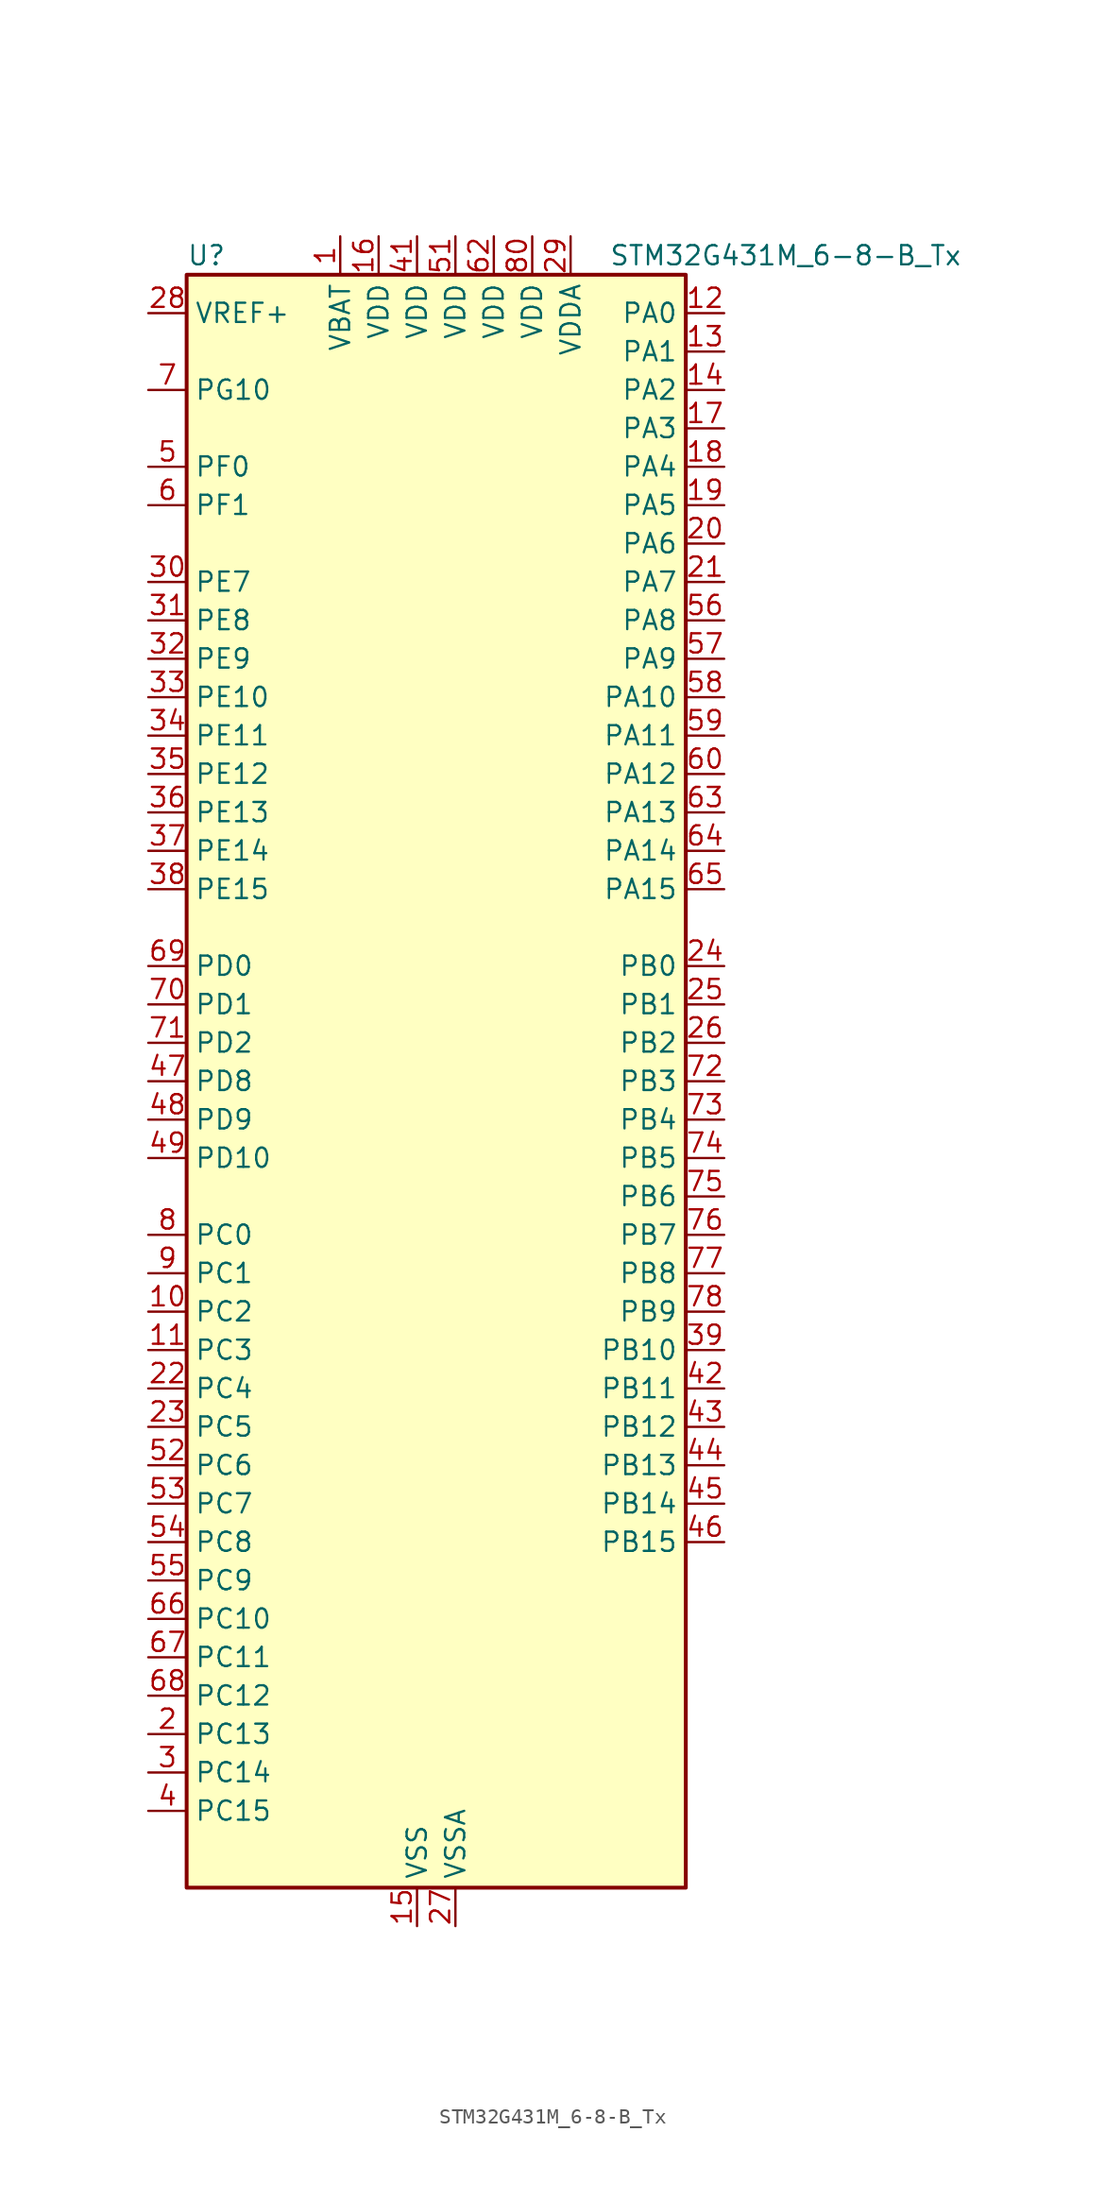
<source format=kicad_sym>
(kicad_symbol_lib
  (version 20231120)
  (generator "kicad_symbol_editor")
  (generator_version "8.0")
  (symbol "STM32G431M_6-8-B_Tx"
    (property "Reference" "U"
      (at -15.24 54.61 0)
      (effects (font (size 1.27 1.27)) (justify left)))
    (property "Value" "STM32G431M_6-8-B_Tx"
      (at 12.7 54.61 0)
      (effects (font (size 1.27 1.27)) (justify left)))
    (property "ki_locked" ""
      (at 0 0 0)
      (effects (font (size 1.27 1.27))))
    (symbol "STM32G431M_6-8-B_Tx_0_1"
      (rectangle (start -15.24 -53.34) (end 17.78 53.34) (stroke (width 0.254) (type default)) (fill (type background))))
    (symbol "STM32G431M_6-8-B_Tx_1_1"
      (pin power_in line (at -5.08 55.88 270) (length 2.54) (name "VBAT" (effects (font (size 1.27 1.27)))) (number "1" (effects (font (size 1.27 1.27)))))
      (pin bidirectional line (at -17.78 -15.24 0) (length 2.54) (name "PC2" (effects (font (size 1.27 1.27)))) (number "10" (effects (font (size 1.27 1.27)))) (alternate "ADC1_IN8" bidirectional line) (alternate "ADC2_IN8" bidirectional line) (alternate "COMP3_OUT" bidirectional line) (alternate "LPTIM1_IN2" bidirectional line) (alternate "TIM1_CH3" bidirectional line))
      (pin bidirectional line (at -17.78 -17.78 0) (length 2.54) (name "PC3" (effects (font (size 1.27 1.27)))) (number "11" (effects (font (size 1.27 1.27)))) (alternate "ADC1_IN9" bidirectional line) (alternate "ADC2_IN9" bidirectional line) (alternate "LPTIM1_ETR" bidirectional line) (alternate "SAI1_D1" bidirectional line) (alternate "SAI1_SD_A" bidirectional line) (alternate "TIM1_BKIN2" bidirectional line) (alternate "TIM1_CH4" bidirectional line))
      (pin bidirectional line (at 20.32 50.8 180) (length 2.54) (name "PA0" (effects (font (size 1.27 1.27)))) (number "12" (effects (font (size 1.27 1.27)))) (alternate "ADC1_IN1" bidirectional line) (alternate "ADC2_IN1" bidirectional line) (alternate "COMP1_INM" bidirectional line) (alternate "COMP1_OUT" bidirectional line) (alternate "COMP3_INP" bidirectional line) (alternate "RTC_TAMP2" bidirectional line) (alternate "SYS_WKUP1" bidirectional line) (alternate "TIM2_CH1" bidirectional line) (alternate "TIM2_ETR" bidirectional line) (alternate "TIM8_BKIN" bidirectional line) (alternate "TIM8_ETR" bidirectional line) (alternate "USART2_CTS" bidirectional line) (alternate "USART2_NSS" bidirectional line))
      (pin bidirectional line (at 20.32 48.26 180) (length 2.54) (name "PA1" (effects (font (size 1.27 1.27)))) (number "13" (effects (font (size 1.27 1.27)))) (alternate "ADC1_IN2" bidirectional line) (alternate "ADC2_IN2" bidirectional line) (alternate "COMP1_INP" bidirectional line) (alternate "OPAMP1_VINP" bidirectional line) (alternate "OPAMP1_VINP_SEC" bidirectional line) (alternate "OPAMP3_VINP" bidirectional line) (alternate "OPAMP3_VINP_SEC" bidirectional line) (alternate "RTC_REFIN" bidirectional line) (alternate "TIM15_CH1N" bidirectional line) (alternate "TIM2_CH2" bidirectional line) (alternate "USART2_DE" bidirectional line) (alternate "USART2_RTS" bidirectional line))
      (pin bidirectional line (at 20.32 45.72 180) (length 2.54) (name "PA2" (effects (font (size 1.27 1.27)))) (number "14" (effects (font (size 1.27 1.27)))) (alternate "ADC1_IN3" bidirectional line) (alternate "COMP2_INM" bidirectional line) (alternate "COMP2_OUT" bidirectional line) (alternate "LPUART1_TX" bidirectional line) (alternate "OPAMP1_VOUT" bidirectional line) (alternate "RCC_LSCO" bidirectional line) (alternate "SYS_WKUP4" bidirectional line) (alternate "TIM15_CH1" bidirectional line) (alternate "TIM2_CH3" bidirectional line) (alternate "UCPD1_FRSTX1" bidirectional line) (alternate "UCPD1_FRSTX2" bidirectional line) (alternate "USART2_TX" bidirectional line))
      (pin power_in line (at 0 -55.88 90) (length 2.54) (name "VSS" (effects (font (size 1.27 1.27)))) (number "15" (effects (font (size 1.27 1.27)))))
      (pin power_in line (at -2.54 55.88 270) (length 2.54) (name "VDD" (effects (font (size 1.27 1.27)))) (number "16" (effects (font (size 1.27 1.27)))))
      (pin bidirectional line (at 20.32 43.18 180) (length 2.54) (name "PA3" (effects (font (size 1.27 1.27)))) (number "17" (effects (font (size 1.27 1.27)))) (alternate "ADC1_IN4" bidirectional line) (alternate "COMP2_INP" bidirectional line) (alternate "LPUART1_RX" bidirectional line) (alternate "OPAMP1_VINM" bidirectional line) (alternate "OPAMP1_VINM0" bidirectional line) (alternate "OPAMP1_VINM_SEC" bidirectional line) (alternate "OPAMP1_VINP" bidirectional line) (alternate "OPAMP1_VINP_SEC" bidirectional line) (alternate "SAI1_CK1" bidirectional line) (alternate "SAI1_MCLK_A" bidirectional line) (alternate "TIM15_CH2" bidirectional line) (alternate "TIM2_CH4" bidirectional line) (alternate "USART2_RX" bidirectional line))
      (pin bidirectional line (at 20.32 40.64 180) (length 2.54) (name "PA4" (effects (font (size 1.27 1.27)))) (number "18" (effects (font (size 1.27 1.27)))) (alternate "ADC2_IN17" bidirectional line) (alternate "COMP1_INM" bidirectional line) (alternate "DAC1_OUT1" bidirectional line) (alternate "I2S3_WS" bidirectional line) (alternate "SAI1_FS_B" bidirectional line) (alternate "SPI1_NSS" bidirectional line) (alternate "SPI3_NSS" bidirectional line) (alternate "TIM3_CH2" bidirectional line) (alternate "USART2_CK" bidirectional line))
      (pin bidirectional line (at 20.32 38.1 180) (length 2.54) (name "PA5" (effects (font (size 1.27 1.27)))) (number "19" (effects (font (size 1.27 1.27)))) (alternate "ADC2_IN13" bidirectional line) (alternate "COMP2_INM" bidirectional line) (alternate "DAC1_OUT2" bidirectional line) (alternate "OPAMP2_VINM" bidirectional line) (alternate "OPAMP2_VINM0" bidirectional line) (alternate "OPAMP2_VINM_SEC" bidirectional line) (alternate "SPI1_SCK" bidirectional line) (alternate "TIM2_CH1" bidirectional line) (alternate "TIM2_ETR" bidirectional line) (alternate "UCPD1_FRSTX1" bidirectional line) (alternate "UCPD1_FRSTX2" bidirectional line))
      (pin bidirectional line (at -17.78 -43.18 0) (length 2.54) (name "PC13" (effects (font (size 1.27 1.27)))) (number "2" (effects (font (size 1.27 1.27)))) (alternate "RTC_OUT1" bidirectional line) (alternate "RTC_TAMP1" bidirectional line) (alternate "RTC_TS" bidirectional line) (alternate "SYS_WKUP2" bidirectional line) (alternate "TIM1_BKIN" bidirectional line) (alternate "TIM1_CH1N" bidirectional line) (alternate "TIM8_CH4N" bidirectional line))
      (pin bidirectional line (at 20.32 35.56 180) (length 2.54) (name "PA6" (effects (font (size 1.27 1.27)))) (number "20" (effects (font (size 1.27 1.27)))) (alternate "ADC2_IN3" bidirectional line) (alternate "COMP1_OUT" bidirectional line) (alternate "LPUART1_CTS" bidirectional line) (alternate "OPAMP2_VOUT" bidirectional line) (alternate "SPI1_MISO" bidirectional line) (alternate "TIM16_CH1" bidirectional line) (alternate "TIM1_BKIN" bidirectional line) (alternate "TIM3_CH1" bidirectional line) (alternate "TIM8_BKIN" bidirectional line))
      (pin bidirectional line (at 20.32 33.02 180) (length 2.54) (name "PA7" (effects (font (size 1.27 1.27)))) (number "21" (effects (font (size 1.27 1.27)))) (alternate "ADC2_IN4" bidirectional line) (alternate "COMP2_INP" bidirectional line) (alternate "COMP2_OUT" bidirectional line) (alternate "OPAMP1_VINP" bidirectional line) (alternate "OPAMP1_VINP_SEC" bidirectional line) (alternate "OPAMP2_VINP" bidirectional line) (alternate "OPAMP2_VINP_SEC" bidirectional line) (alternate "SPI1_MOSI" bidirectional line) (alternate "TIM17_CH1" bidirectional line) (alternate "TIM1_CH1N" bidirectional line) (alternate "TIM3_CH2" bidirectional line) (alternate "TIM8_CH1N" bidirectional line) (alternate "UCPD1_FRSTX1" bidirectional line) (alternate "UCPD1_FRSTX2" bidirectional line))
      (pin bidirectional line (at -17.78 -20.32 0) (length 2.54) (name "PC4" (effects (font (size 1.27 1.27)))) (number "22" (effects (font (size 1.27 1.27)))) (alternate "ADC2_IN5" bidirectional line) (alternate "I2C2_SCL" bidirectional line) (alternate "TIM1_ETR" bidirectional line) (alternate "USART1_TX" bidirectional line))
      (pin bidirectional line (at -17.78 -22.86 0) (length 2.54) (name "PC5" (effects (font (size 1.27 1.27)))) (number "23" (effects (font (size 1.27 1.27)))) (alternate "ADC2_IN11" bidirectional line) (alternate "OPAMP1_VINM" bidirectional line) (alternate "OPAMP1_VINM1" bidirectional line) (alternate "OPAMP1_VINM_SEC" bidirectional line) (alternate "OPAMP2_VINM" bidirectional line) (alternate "OPAMP2_VINM1" bidirectional line) (alternate "OPAMP2_VINM_SEC" bidirectional line) (alternate "SAI1_D3" bidirectional line) (alternate "SYS_WKUP5" bidirectional line) (alternate "TIM15_BKIN" bidirectional line) (alternate "TIM1_CH4N" bidirectional line) (alternate "USART1_RX" bidirectional line))
      (pin bidirectional line (at 20.32 7.62 180) (length 2.54) (name "PB0" (effects (font (size 1.27 1.27)))) (number "24" (effects (font (size 1.27 1.27)))) (alternate "ADC1_IN15" bidirectional line) (alternate "COMP4_INP" bidirectional line) (alternate "OPAMP2_VINP" bidirectional line) (alternate "OPAMP2_VINP_SEC" bidirectional line) (alternate "OPAMP3_VINP" bidirectional line) (alternate "OPAMP3_VINP_SEC" bidirectional line) (alternate "TIM1_CH2N" bidirectional line) (alternate "TIM3_CH3" bidirectional line) (alternate "TIM8_CH2N" bidirectional line) (alternate "UCPD1_FRSTX1" bidirectional line) (alternate "UCPD1_FRSTX2" bidirectional line))
      (pin bidirectional line (at 20.32 5.08 180) (length 2.54) (name "PB1" (effects (font (size 1.27 1.27)))) (number "25" (effects (font (size 1.27 1.27)))) (alternate "ADC1_IN12" bidirectional line) (alternate "COMP1_INP" bidirectional line) (alternate "COMP4_OUT" bidirectional line) (alternate "LPUART1_DE" bidirectional line) (alternate "LPUART1_RTS" bidirectional line) (alternate "OPAMP3_VOUT" bidirectional line) (alternate "TIM1_CH3N" bidirectional line) (alternate "TIM3_CH4" bidirectional line) (alternate "TIM8_CH3N" bidirectional line))
      (pin bidirectional line (at 20.32 2.54 180) (length 2.54) (name "PB2" (effects (font (size 1.27 1.27)))) (number "26" (effects (font (size 1.27 1.27)))) (alternate "ADC2_IN12" bidirectional line) (alternate "COMP4_INM" bidirectional line) (alternate "I2C3_SMBA" bidirectional line) (alternate "LPTIM1_OUT" bidirectional line) (alternate "OPAMP3_VINM" bidirectional line) (alternate "OPAMP3_VINM0" bidirectional line) (alternate "OPAMP3_VINM_SEC" bidirectional line) (alternate "RTC_OUT2" bidirectional line))
      (pin power_in line (at 2.54 -55.88 90) (length 2.54) (name "VSSA" (effects (font (size 1.27 1.27)))) (number "27" (effects (font (size 1.27 1.27)))))
      (pin input line (at -17.78 50.8 0) (length 2.54) (name "VREF+" (effects (font (size 1.27 1.27)))) (number "28" (effects (font (size 1.27 1.27)))) (alternate "VREFBUF_OUT" bidirectional line))
      (pin power_in line (at 10.16 55.88 270) (length 2.54) (name "VDDA" (effects (font (size 1.27 1.27)))) (number "29" (effects (font (size 1.27 1.27)))))
      (pin bidirectional line (at -17.78 -45.72 0) (length 2.54) (name "PC14" (effects (font (size 1.27 1.27)))) (number "3" (effects (font (size 1.27 1.27)))) (alternate "RCC_OSC32_IN" bidirectional line))
      (pin bidirectional line (at -17.78 33.02 0) (length 2.54) (name "PE7" (effects (font (size 1.27 1.27)))) (number "30" (effects (font (size 1.27 1.27)))) (alternate "COMP4_INP" bidirectional line) (alternate "SAI1_SD_B" bidirectional line) (alternate "TIM1_ETR" bidirectional line))
      (pin bidirectional line (at -17.78 30.48 0) (length 2.54) (name "PE8" (effects (font (size 1.27 1.27)))) (number "31" (effects (font (size 1.27 1.27)))) (alternate "COMP4_INM" bidirectional line) (alternate "SAI1_SCK_B" bidirectional line) (alternate "TIM1_CH1N" bidirectional line))
      (pin bidirectional line (at -17.78 27.94 0) (length 2.54) (name "PE9" (effects (font (size 1.27 1.27)))) (number "32" (effects (font (size 1.27 1.27)))) (alternate "DAC1_EXTI9" bidirectional line) (alternate "DAC3_EXTI9" bidirectional line) (alternate "SAI1_FS_B" bidirectional line) (alternate "TIM1_CH1" bidirectional line))
      (pin bidirectional line (at -17.78 25.4 0) (length 2.54) (name "PE10" (effects (font (size 1.27 1.27)))) (number "33" (effects (font (size 1.27 1.27)))) (alternate "DAC1_EXTI10" bidirectional line) (alternate "DAC3_EXTI10" bidirectional line) (alternate "SAI1_MCLK_B" bidirectional line) (alternate "TIM1_CH2N" bidirectional line))
      (pin bidirectional line (at -17.78 22.86 0) (length 2.54) (name "PE11" (effects (font (size 1.27 1.27)))) (number "34" (effects (font (size 1.27 1.27)))) (alternate "ADC1_EXTI11" bidirectional line) (alternate "ADC2_EXTI11" bidirectional line) (alternate "TIM1_CH2" bidirectional line))
      (pin bidirectional line (at -17.78 20.32 0) (length 2.54) (name "PE12" (effects (font (size 1.27 1.27)))) (number "35" (effects (font (size 1.27 1.27)))) (alternate "TIM1_CH3N" bidirectional line))
      (pin bidirectional line (at -17.78 17.78 0) (length 2.54) (name "PE13" (effects (font (size 1.27 1.27)))) (number "36" (effects (font (size 1.27 1.27)))) (alternate "TIM1_CH3" bidirectional line))
      (pin bidirectional line (at -17.78 15.24 0) (length 2.54) (name "PE14" (effects (font (size 1.27 1.27)))) (number "37" (effects (font (size 1.27 1.27)))) (alternate "TIM1_BKIN2" bidirectional line) (alternate "TIM1_CH4" bidirectional line))
      (pin bidirectional line (at -17.78 12.7 0) (length 2.54) (name "PE15" (effects (font (size 1.27 1.27)))) (number "38" (effects (font (size 1.27 1.27)))) (alternate "ADC1_EXTI15" bidirectional line) (alternate "ADC2_EXTI15" bidirectional line) (alternate "TIM1_BKIN" bidirectional line) (alternate "TIM1_CH4N" bidirectional line) (alternate "USART3_RX" bidirectional line))
      (pin bidirectional line (at 20.32 -17.78 180) (length 2.54) (name "PB10" (effects (font (size 1.27 1.27)))) (number "39" (effects (font (size 1.27 1.27)))) (alternate "DAC1_EXTI10" bidirectional line) (alternate "DAC3_EXTI10" bidirectional line) (alternate "LPUART1_RX" bidirectional line) (alternate "OPAMP3_VINM" bidirectional line) (alternate "OPAMP3_VINM1" bidirectional line) (alternate "OPAMP3_VINM_SEC" bidirectional line) (alternate "SAI1_SCK_A" bidirectional line) (alternate "TIM1_BKIN" bidirectional line) (alternate "TIM2_CH3" bidirectional line) (alternate "USART3_TX" bidirectional line))
      (pin bidirectional line (at -17.78 -48.26 0) (length 2.54) (name "PC15" (effects (font (size 1.27 1.27)))) (number "4" (effects (font (size 1.27 1.27)))) (alternate "ADC1_EXTI15" bidirectional line) (alternate "ADC2_EXTI15" bidirectional line) (alternate "RCC_OSC32_OUT" bidirectional line))
      (pin passive line (at 0 -55.88 90) (length 2.54) hide (name "VSS" (effects (font (size 1.27 1.27)))) (number "40" (effects (font (size 1.27 1.27)))))
      (pin power_in line (at 0 55.88 270) (length 2.54) (name "VDD" (effects (font (size 1.27 1.27)))) (number "41" (effects (font (size 1.27 1.27)))))
      (pin bidirectional line (at 20.32 -20.32 180) (length 2.54) (name "PB11" (effects (font (size 1.27 1.27)))) (number "42" (effects (font (size 1.27 1.27)))) (alternate "ADC1_EXTI11" bidirectional line) (alternate "ADC1_IN14" bidirectional line) (alternate "ADC2_EXTI11" bidirectional line) (alternate "ADC2_IN14" bidirectional line) (alternate "LPUART1_TX" bidirectional line) (alternate "TIM2_CH4" bidirectional line) (alternate "USART3_RX" bidirectional line))
      (pin bidirectional line (at 20.32 -22.86 180) (length 2.54) (name "PB12" (effects (font (size 1.27 1.27)))) (number "43" (effects (font (size 1.27 1.27)))) (alternate "ADC1_IN11" bidirectional line) (alternate "I2C2_SMBA" bidirectional line) (alternate "I2S2_WS" bidirectional line) (alternate "LPUART1_DE" bidirectional line) (alternate "LPUART1_RTS" bidirectional line) (alternate "SPI2_NSS" bidirectional line) (alternate "TIM1_BKIN" bidirectional line) (alternate "USART3_CK" bidirectional line))
      (pin bidirectional line (at 20.32 -25.4 180) (length 2.54) (name "PB13" (effects (font (size 1.27 1.27)))) (number "44" (effects (font (size 1.27 1.27)))) (alternate "I2S2_CK" bidirectional line) (alternate "LPUART1_CTS" bidirectional line) (alternate "OPAMP3_VINP" bidirectional line) (alternate "OPAMP3_VINP_SEC" bidirectional line) (alternate "SPI2_SCK" bidirectional line) (alternate "TIM1_CH1N" bidirectional line) (alternate "USART3_CTS" bidirectional line) (alternate "USART3_NSS" bidirectional line))
      (pin bidirectional line (at 20.32 -27.94 180) (length 2.54) (name "PB14" (effects (font (size 1.27 1.27)))) (number "45" (effects (font (size 1.27 1.27)))) (alternate "ADC1_IN5" bidirectional line) (alternate "COMP4_OUT" bidirectional line) (alternate "OPAMP2_VINP" bidirectional line) (alternate "OPAMP2_VINP_SEC" bidirectional line) (alternate "SPI2_MISO" bidirectional line) (alternate "TIM15_CH1" bidirectional line) (alternate "TIM1_CH2N" bidirectional line) (alternate "USART3_DE" bidirectional line) (alternate "USART3_RTS" bidirectional line))
      (pin bidirectional line (at 20.32 -30.48 180) (length 2.54) (name "PB15" (effects (font (size 1.27 1.27)))) (number "46" (effects (font (size 1.27 1.27)))) (alternate "ADC1_EXTI15" bidirectional line) (alternate "ADC2_EXTI15" bidirectional line) (alternate "ADC2_IN15" bidirectional line) (alternate "COMP3_OUT" bidirectional line) (alternate "I2S2_SD" bidirectional line) (alternate "RTC_REFIN" bidirectional line) (alternate "SPI2_MOSI" bidirectional line) (alternate "TIM15_CH1N" bidirectional line) (alternate "TIM15_CH2" bidirectional line) (alternate "TIM1_CH3N" bidirectional line))
      (pin bidirectional line (at -17.78 0 0) (length 2.54) (name "PD8" (effects (font (size 1.27 1.27)))) (number "47" (effects (font (size 1.27 1.27)))) (alternate "USART3_TX" bidirectional line))
      (pin bidirectional line (at -17.78 -2.54 0) (length 2.54) (name "PD9" (effects (font (size 1.27 1.27)))) (number "48" (effects (font (size 1.27 1.27)))) (alternate "DAC1_EXTI9" bidirectional line) (alternate "DAC3_EXTI9" bidirectional line) (alternate "USART3_RX" bidirectional line))
      (pin bidirectional line (at -17.78 -5.08 0) (length 2.54) (name "PD10" (effects (font (size 1.27 1.27)))) (number "49" (effects (font (size 1.27 1.27)))) (alternate "DAC1_EXTI10" bidirectional line) (alternate "DAC3_EXTI10" bidirectional line) (alternate "USART3_CK" bidirectional line))
      (pin bidirectional line (at -17.78 40.64 0) (length 2.54) (name "PF0" (effects (font (size 1.27 1.27)))) (number "5" (effects (font (size 1.27 1.27)))) (alternate "ADC1_IN10" bidirectional line) (alternate "I2C2_SDA" bidirectional line) (alternate "I2S2_WS" bidirectional line) (alternate "RCC_OSC_IN" bidirectional line) (alternate "SPI2_NSS" bidirectional line) (alternate "TIM1_CH3N" bidirectional line))
      (pin passive line (at 0 -55.88 90) (length 2.54) hide (name "VSS" (effects (font (size 1.27 1.27)))) (number "50" (effects (font (size 1.27 1.27)))))
      (pin power_in line (at 2.54 55.88 270) (length 2.54) (name "VDD" (effects (font (size 1.27 1.27)))) (number "51" (effects (font (size 1.27 1.27)))))
      (pin bidirectional line (at -17.78 -25.4 0) (length 2.54) (name "PC6" (effects (font (size 1.27 1.27)))) (number "52" (effects (font (size 1.27 1.27)))) (alternate "I2S2_MCK" bidirectional line) (alternate "TIM3_CH1" bidirectional line) (alternate "TIM8_CH1" bidirectional line))
      (pin bidirectional line (at -17.78 -27.94 0) (length 2.54) (name "PC7" (effects (font (size 1.27 1.27)))) (number "53" (effects (font (size 1.27 1.27)))) (alternate "I2S3_MCK" bidirectional line) (alternate "TIM3_CH2" bidirectional line) (alternate "TIM8_CH2" bidirectional line))
      (pin bidirectional line (at -17.78 -30.48 0) (length 2.54) (name "PC8" (effects (font (size 1.27 1.27)))) (number "54" (effects (font (size 1.27 1.27)))) (alternate "I2C3_SCL" bidirectional line) (alternate "TIM3_CH3" bidirectional line) (alternate "TIM8_CH3" bidirectional line))
      (pin bidirectional line (at -17.78 -33.02 0) (length 2.54) (name "PC9" (effects (font (size 1.27 1.27)))) (number "55" (effects (font (size 1.27 1.27)))) (alternate "DAC1_EXTI9" bidirectional line) (alternate "DAC3_EXTI9" bidirectional line) (alternate "I2C3_SDA" bidirectional line) (alternate "I2S_CKIN" bidirectional line) (alternate "TIM3_CH4" bidirectional line) (alternate "TIM8_BKIN2" bidirectional line) (alternate "TIM8_CH4" bidirectional line))
      (pin bidirectional line (at 20.32 30.48 180) (length 2.54) (name "PA8" (effects (font (size 1.27 1.27)))) (number "56" (effects (font (size 1.27 1.27)))) (alternate "I2C2_SDA" bidirectional line) (alternate "I2C3_SCL" bidirectional line) (alternate "I2S2_MCK" bidirectional line) (alternate "RCC_MCO" bidirectional line) (alternate "SAI1_CK2" bidirectional line) (alternate "SAI1_SCK_A" bidirectional line) (alternate "TIM1_CH1" bidirectional line) (alternate "TIM4_ETR" bidirectional line) (alternate "USART1_CK" bidirectional line))
      (pin bidirectional line (at 20.32 27.94 180) (length 2.54) (name "PA9" (effects (font (size 1.27 1.27)))) (number "57" (effects (font (size 1.27 1.27)))) (alternate "DAC1_EXTI9" bidirectional line) (alternate "DAC3_EXTI9" bidirectional line) (alternate "I2C2_SCL" bidirectional line) (alternate "I2C3_SMBA" bidirectional line) (alternate "I2S3_MCK" bidirectional line) (alternate "SAI1_FS_A" bidirectional line) (alternate "TIM15_BKIN" bidirectional line) (alternate "TIM1_CH2" bidirectional line) (alternate "TIM2_CH3" bidirectional line) (alternate "UCPD1_DBCC1" bidirectional line) (alternate "USART1_TX" bidirectional line))
      (pin bidirectional line (at 20.32 25.4 180) (length 2.54) (name "PA10" (effects (font (size 1.27 1.27)))) (number "58" (effects (font (size 1.27 1.27)))) (alternate "CRS_SYNC" bidirectional line) (alternate "DAC1_EXTI10" bidirectional line) (alternate "DAC3_EXTI10" bidirectional line) (alternate "I2C2_SMBA" bidirectional line) (alternate "SAI1_D1" bidirectional line) (alternate "SAI1_SD_A" bidirectional line) (alternate "SPI2_MISO" bidirectional line) (alternate "TIM17_BKIN" bidirectional line) (alternate "TIM1_CH3" bidirectional line) (alternate "TIM2_CH4" bidirectional line) (alternate "TIM8_BKIN" bidirectional line) (alternate "UCPD1_DBCC2" bidirectional line) (alternate "USART1_RX" bidirectional line))
      (pin bidirectional line (at 20.32 22.86 180) (length 2.54) (name "PA11" (effects (font (size 1.27 1.27)))) (number "59" (effects (font (size 1.27 1.27)))) (alternate "ADC1_EXTI11" bidirectional line) (alternate "ADC2_EXTI11" bidirectional line) (alternate "COMP1_OUT" bidirectional line) (alternate "FDCAN1_RX" bidirectional line) (alternate "I2S2_SD" bidirectional line) (alternate "SPI2_MOSI" bidirectional line) (alternate "TIM1_BKIN2" bidirectional line) (alternate "TIM1_CH1N" bidirectional line) (alternate "TIM1_CH4" bidirectional line) (alternate "TIM4_CH1" bidirectional line) (alternate "USART1_CTS" bidirectional line) (alternate "USART1_NSS" bidirectional line) (alternate "USB_DM" bidirectional line))
      (pin bidirectional line (at -17.78 38.1 0) (length 2.54) (name "PF1" (effects (font (size 1.27 1.27)))) (number "6" (effects (font (size 1.27 1.27)))) (alternate "ADC2_IN10" bidirectional line) (alternate "COMP3_INM" bidirectional line) (alternate "I2S2_CK" bidirectional line) (alternate "RCC_OSC_OUT" bidirectional line) (alternate "SPI2_SCK" bidirectional line))
      (pin bidirectional line (at 20.32 20.32 180) (length 2.54) (name "PA12" (effects (font (size 1.27 1.27)))) (number "60" (effects (font (size 1.27 1.27)))) (alternate "COMP2_OUT" bidirectional line) (alternate "FDCAN1_TX" bidirectional line) (alternate "I2S_CKIN" bidirectional line) (alternate "TIM16_CH1" bidirectional line) (alternate "TIM1_CH2N" bidirectional line) (alternate "TIM1_ETR" bidirectional line) (alternate "TIM4_CH2" bidirectional line) (alternate "USART1_DE" bidirectional line) (alternate "USART1_RTS" bidirectional line) (alternate "USB_DP" bidirectional line))
      (pin passive line (at 0 -55.88 90) (length 2.54) hide (name "VSS" (effects (font (size 1.27 1.27)))) (number "61" (effects (font (size 1.27 1.27)))))
      (pin power_in line (at 5.08 55.88 270) (length 2.54) (name "VDD" (effects (font (size 1.27 1.27)))) (number "62" (effects (font (size 1.27 1.27)))))
      (pin bidirectional line (at 20.32 17.78 180) (length 2.54) (name "PA13" (effects (font (size 1.27 1.27)))) (number "63" (effects (font (size 1.27 1.27)))) (alternate "I2C1_SCL" bidirectional line) (alternate "IR_OUT" bidirectional line) (alternate "SAI1_SD_B" bidirectional line) (alternate "SYS_JTMS-SWDIO" bidirectional line) (alternate "TIM16_CH1N" bidirectional line) (alternate "TIM4_CH3" bidirectional line) (alternate "USART3_CTS" bidirectional line) (alternate "USART3_NSS" bidirectional line))
      (pin bidirectional line (at 20.32 15.24 180) (length 2.54) (name "PA14" (effects (font (size 1.27 1.27)))) (number "64" (effects (font (size 1.27 1.27)))) (alternate "I2C1_SDA" bidirectional line) (alternate "LPTIM1_OUT" bidirectional line) (alternate "SAI1_FS_B" bidirectional line) (alternate "SYS_JTCK-SWCLK" bidirectional line) (alternate "TIM1_BKIN" bidirectional line) (alternate "TIM8_CH2" bidirectional line) (alternate "USART2_TX" bidirectional line))
      (pin bidirectional line (at 20.32 12.7 180) (length 2.54) (name "PA15" (effects (font (size 1.27 1.27)))) (number "65" (effects (font (size 1.27 1.27)))) (alternate "ADC1_EXTI15" bidirectional line) (alternate "ADC2_EXTI15" bidirectional line) (alternate "I2C1_SCL" bidirectional line) (alternate "I2S3_WS" bidirectional line) (alternate "SPI1_NSS" bidirectional line) (alternate "SPI3_NSS" bidirectional line) (alternate "SYS_JTDI" bidirectional line) (alternate "TIM1_BKIN" bidirectional line) (alternate "TIM2_CH1" bidirectional line) (alternate "TIM2_ETR" bidirectional line) (alternate "TIM8_CH1" bidirectional line) (alternate "UART4_DE" bidirectional line) (alternate "UART4_RTS" bidirectional line) (alternate "USART2_RX" bidirectional line))
      (pin bidirectional line (at -17.78 -35.56 0) (length 2.54) (name "PC10" (effects (font (size 1.27 1.27)))) (number "66" (effects (font (size 1.27 1.27)))) (alternate "DAC1_EXTI10" bidirectional line) (alternate "DAC3_EXTI10" bidirectional line) (alternate "I2S3_CK" bidirectional line) (alternate "SPI3_SCK" bidirectional line) (alternate "TIM8_CH1N" bidirectional line) (alternate "UART4_TX" bidirectional line) (alternate "USART3_TX" bidirectional line))
      (pin bidirectional line (at -17.78 -38.1 0) (length 2.54) (name "PC11" (effects (font (size 1.27 1.27)))) (number "67" (effects (font (size 1.27 1.27)))) (alternate "ADC1_EXTI11" bidirectional line) (alternate "ADC2_EXTI11" bidirectional line) (alternate "I2C3_SDA" bidirectional line) (alternate "SPI3_MISO" bidirectional line) (alternate "TIM8_CH2N" bidirectional line) (alternate "UART4_RX" bidirectional line) (alternate "USART3_RX" bidirectional line))
      (pin bidirectional line (at -17.78 -40.64 0) (length 2.54) (name "PC12" (effects (font (size 1.27 1.27)))) (number "68" (effects (font (size 1.27 1.27)))) (alternate "I2S3_SD" bidirectional line) (alternate "SPI3_MOSI" bidirectional line) (alternate "TIM8_CH3N" bidirectional line) (alternate "UCPD1_FRSTX1" bidirectional line) (alternate "UCPD1_FRSTX2" bidirectional line) (alternate "USART3_CK" bidirectional line))
      (pin bidirectional line (at -17.78 7.62 0) (length 2.54) (name "PD0" (effects (font (size 1.27 1.27)))) (number "69" (effects (font (size 1.27 1.27)))) (alternate "FDCAN1_RX" bidirectional line) (alternate "TIM8_CH4N" bidirectional line))
      (pin bidirectional line (at -17.78 45.72 0) (length 2.54) (name "PG10" (effects (font (size 1.27 1.27)))) (number "7" (effects (font (size 1.27 1.27)))) (alternate "DAC1_EXTI10" bidirectional line) (alternate "DAC3_EXTI10" bidirectional line) (alternate "RCC_MCO" bidirectional line))
      (pin bidirectional line (at -17.78 5.08 0) (length 2.54) (name "PD1" (effects (font (size 1.27 1.27)))) (number "70" (effects (font (size 1.27 1.27)))) (alternate "FDCAN1_TX" bidirectional line) (alternate "TIM8_BKIN2" bidirectional line) (alternate "TIM8_CH4" bidirectional line))
      (pin bidirectional line (at -17.78 2.54 0) (length 2.54) (name "PD2" (effects (font (size 1.27 1.27)))) (number "71" (effects (font (size 1.27 1.27)))) (alternate "TIM3_ETR" bidirectional line) (alternate "TIM8_BKIN" bidirectional line))
      (pin bidirectional line (at 20.32 0 180) (length 2.54) (name "PB3" (effects (font (size 1.27 1.27)))) (number "72" (effects (font (size 1.27 1.27)))) (alternate "CRS_SYNC" bidirectional line) (alternate "I2S3_CK" bidirectional line) (alternate "SAI1_SCK_B" bidirectional line) (alternate "SPI1_SCK" bidirectional line) (alternate "SPI3_SCK" bidirectional line) (alternate "SYS_JTDO-SWO" bidirectional line) (alternate "TIM2_CH2" bidirectional line) (alternate "TIM3_ETR" bidirectional line) (alternate "TIM4_ETR" bidirectional line) (alternate "TIM8_CH1N" bidirectional line) (alternate "USART2_TX" bidirectional line))
      (pin bidirectional line (at 20.32 -2.54 180) (length 2.54) (name "PB4" (effects (font (size 1.27 1.27)))) (number "73" (effects (font (size 1.27 1.27)))) (alternate "SAI1_MCLK_B" bidirectional line) (alternate "SPI1_MISO" bidirectional line) (alternate "SPI3_MISO" bidirectional line) (alternate "SYS_JTRST" bidirectional line) (alternate "TIM16_CH1" bidirectional line) (alternate "TIM17_BKIN" bidirectional line) (alternate "TIM3_CH1" bidirectional line) (alternate "TIM8_CH2N" bidirectional line) (alternate "UCPD1_CC2" bidirectional line) (alternate "USART2_RX" bidirectional line))
      (pin bidirectional line (at 20.32 -5.08 180) (length 2.54) (name "PB5" (effects (font (size 1.27 1.27)))) (number "74" (effects (font (size 1.27 1.27)))) (alternate "I2C1_SMBA" bidirectional line) (alternate "I2C3_SDA" bidirectional line) (alternate "I2S3_SD" bidirectional line) (alternate "LPTIM1_IN1" bidirectional line) (alternate "SAI1_SD_B" bidirectional line) (alternate "SPI1_MOSI" bidirectional line) (alternate "SPI3_MOSI" bidirectional line) (alternate "TIM16_BKIN" bidirectional line) (alternate "TIM17_CH1" bidirectional line) (alternate "TIM3_CH2" bidirectional line) (alternate "TIM8_CH3N" bidirectional line) (alternate "USART2_CK" bidirectional line))
      (pin bidirectional line (at 20.32 -7.62 180) (length 2.54) (name "PB6" (effects (font (size 1.27 1.27)))) (number "75" (effects (font (size 1.27 1.27)))) (alternate "COMP4_OUT" bidirectional line) (alternate "LPTIM1_ETR" bidirectional line) (alternate "SAI1_FS_B" bidirectional line) (alternate "TIM16_CH1N" bidirectional line) (alternate "TIM4_CH1" bidirectional line) (alternate "TIM8_BKIN2" bidirectional line) (alternate "TIM8_CH1" bidirectional line) (alternate "TIM8_ETR" bidirectional line) (alternate "UCPD1_CC1" bidirectional line) (alternate "USART1_TX" bidirectional line))
      (pin bidirectional line (at 20.32 -10.16 180) (length 2.54) (name "PB7" (effects (font (size 1.27 1.27)))) (number "76" (effects (font (size 1.27 1.27)))) (alternate "COMP3_OUT" bidirectional line) (alternate "I2C1_SDA" bidirectional line) (alternate "LPTIM1_IN2" bidirectional line) (alternate "SYS_PVD_IN" bidirectional line) (alternate "TIM17_CH1N" bidirectional line) (alternate "TIM3_CH4" bidirectional line) (alternate "TIM4_CH2" bidirectional line) (alternate "TIM8_BKIN" bidirectional line) (alternate "UART4_CTS" bidirectional line) (alternate "USART1_RX" bidirectional line))
      (pin bidirectional line (at 20.32 -12.7 180) (length 2.54) (name "PB8" (effects (font (size 1.27 1.27)))) (number "77" (effects (font (size 1.27 1.27)))) (alternate "COMP1_OUT" bidirectional line) (alternate "FDCAN1_RX" bidirectional line) (alternate "I2C1_SCL" bidirectional line) (alternate "SAI1_CK1" bidirectional line) (alternate "SAI1_MCLK_A" bidirectional line) (alternate "TIM16_CH1" bidirectional line) (alternate "TIM1_BKIN" bidirectional line) (alternate "TIM4_CH3" bidirectional line) (alternate "TIM8_CH2" bidirectional line) (alternate "USART3_RX" bidirectional line))
      (pin bidirectional line (at 20.32 -15.24 180) (length 2.54) (name "PB9" (effects (font (size 1.27 1.27)))) (number "78" (effects (font (size 1.27 1.27)))) (alternate "COMP2_OUT" bidirectional line) (alternate "DAC1_EXTI9" bidirectional line) (alternate "DAC3_EXTI9" bidirectional line) (alternate "FDCAN1_TX" bidirectional line) (alternate "I2C1_SDA" bidirectional line) (alternate "IR_OUT" bidirectional line) (alternate "SAI1_D2" bidirectional line) (alternate "SAI1_FS_A" bidirectional line) (alternate "TIM17_CH1" bidirectional line) (alternate "TIM1_CH3N" bidirectional line) (alternate "TIM4_CH4" bidirectional line) (alternate "TIM8_CH3" bidirectional line) (alternate "USART3_TX" bidirectional line))
      (pin passive line (at 0 -55.88 90) (length 2.54) hide (name "VSS" (effects (font (size 1.27 1.27)))) (number "79" (effects (font (size 1.27 1.27)))))
      (pin bidirectional line (at -17.78 -10.16 0) (length 2.54) (name "PC0" (effects (font (size 1.27 1.27)))) (number "8" (effects (font (size 1.27 1.27)))) (alternate "ADC1_IN6" bidirectional line) (alternate "ADC2_IN6" bidirectional line) (alternate "COMP3_INM" bidirectional line) (alternate "LPTIM1_IN1" bidirectional line) (alternate "LPUART1_RX" bidirectional line) (alternate "TIM1_CH1" bidirectional line))
      (pin power_in line (at 7.62 55.88 270) (length 2.54) (name "VDD" (effects (font (size 1.27 1.27)))) (number "80" (effects (font (size 1.27 1.27)))))
      (pin bidirectional line (at -17.78 -12.7 0) (length 2.54) (name "PC1" (effects (font (size 1.27 1.27)))) (number "9" (effects (font (size 1.27 1.27)))) (alternate "ADC1_IN7" bidirectional line) (alternate "ADC2_IN7" bidirectional line) (alternate "COMP3_INP" bidirectional line) (alternate "LPTIM1_OUT" bidirectional line) (alternate "LPUART1_TX" bidirectional line) (alternate "SAI1_SD_A" bidirectional line) (alternate "TIM1_CH2" bidirectional line)))))
</source>
